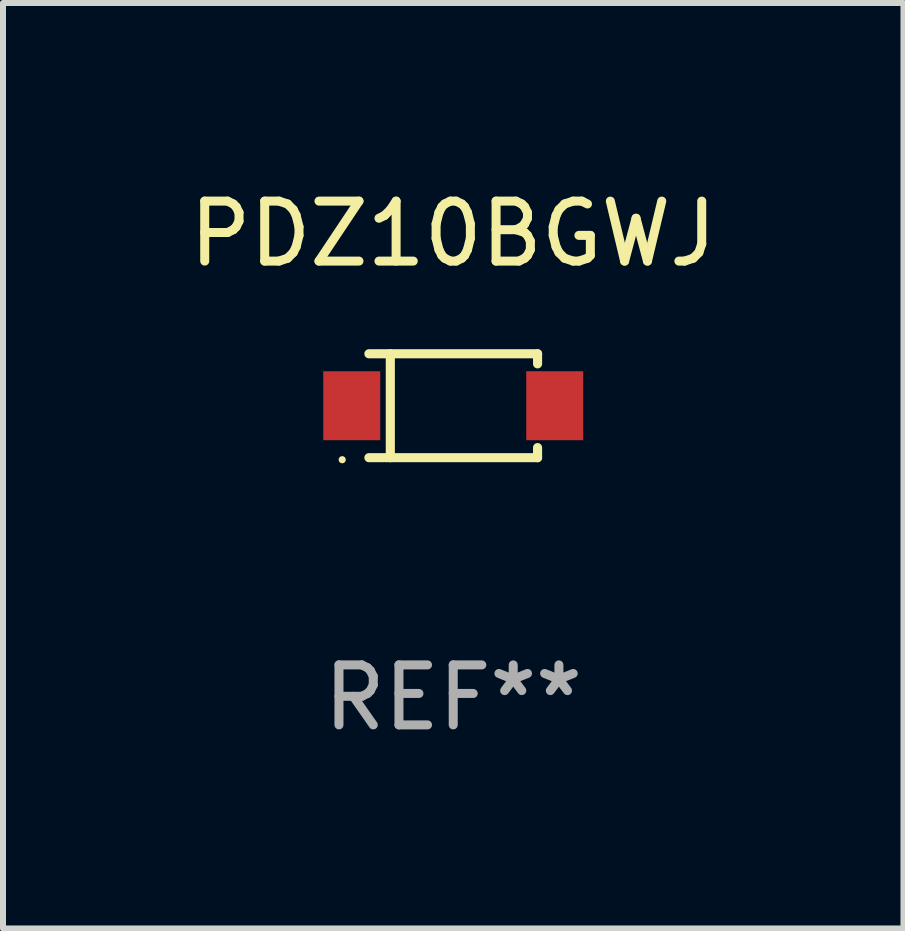
<source format=kicad_pcb>
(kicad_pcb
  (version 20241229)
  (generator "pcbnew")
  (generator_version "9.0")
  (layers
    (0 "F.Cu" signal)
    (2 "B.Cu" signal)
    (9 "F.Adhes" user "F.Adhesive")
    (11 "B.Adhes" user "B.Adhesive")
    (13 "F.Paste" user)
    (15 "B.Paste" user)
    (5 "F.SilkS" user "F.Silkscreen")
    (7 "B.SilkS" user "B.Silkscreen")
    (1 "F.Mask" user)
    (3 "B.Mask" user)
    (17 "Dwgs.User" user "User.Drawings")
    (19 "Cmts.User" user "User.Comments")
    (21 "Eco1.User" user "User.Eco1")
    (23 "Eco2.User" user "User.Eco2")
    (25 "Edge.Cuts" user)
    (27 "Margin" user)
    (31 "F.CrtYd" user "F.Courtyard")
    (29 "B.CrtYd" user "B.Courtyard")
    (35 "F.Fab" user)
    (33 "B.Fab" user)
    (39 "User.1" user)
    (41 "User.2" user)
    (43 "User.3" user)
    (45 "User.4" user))
  (footprint "PDZ10BGWJ"
    (layer "F.Cu")
    (at 4.506 3.714)
    (property "Reference" "PDZ10BGWJ" (at 0 -2.866 0) (layer "F.SilkS") (effects (font (size 1 1) (thickness 0.15))))
    (attr through_hole)
    (fp_line (start -1.406 -0.866) (end 1.406 -0.866) (stroke (width 0.152) (type solid)) (layer "F.SilkS"))
    (fp_line (start -1.406 0.866) (end 1.406 0.866) (stroke (width 0.152) (type solid)) (layer "F.SilkS"))
    (fp_line (start -1.049 -0.866) (end -1.049 0.866) (stroke (width 0.152) (type solid)) (layer "F.SilkS"))
    (fp_line (start 1.406 -0.866) (end 1.406 -0.698) (stroke (width 0.152) (type solid)) (layer "F.SilkS"))
    (fp_line (start 1.406 0.866) (end 1.406 0.698) (stroke (width 0.152) (type solid)) (layer "F.SilkS"))
    (fp_circle (center -1.851 0.9) (end -1.821 0.9) (stroke (width 0.06) (type solid)) (fill no) (layer "F.SilkS"))
    (fp_text user "REF**" (at 0 4.866 0) (layer "F.Fab") (effects (font (size 1 1) (thickness 0.15))))
    (pad "1" smd rect (at -1.692 0) (size 0.95 1.15) (layers "F.Cu" "F.Mask" "F.Paste"))
    (pad "2" smd rect (at 1.692 0) (size 0.95 1.15) (layers "F.Cu" "F.Mask" "F.Paste")))
  (gr_rect
    (start -3 -3)
    (end 12.012 12.429)
    (stroke (width 0.1) (type default))
    (fill no)
    (layer "Edge.Cuts")))
</source>
